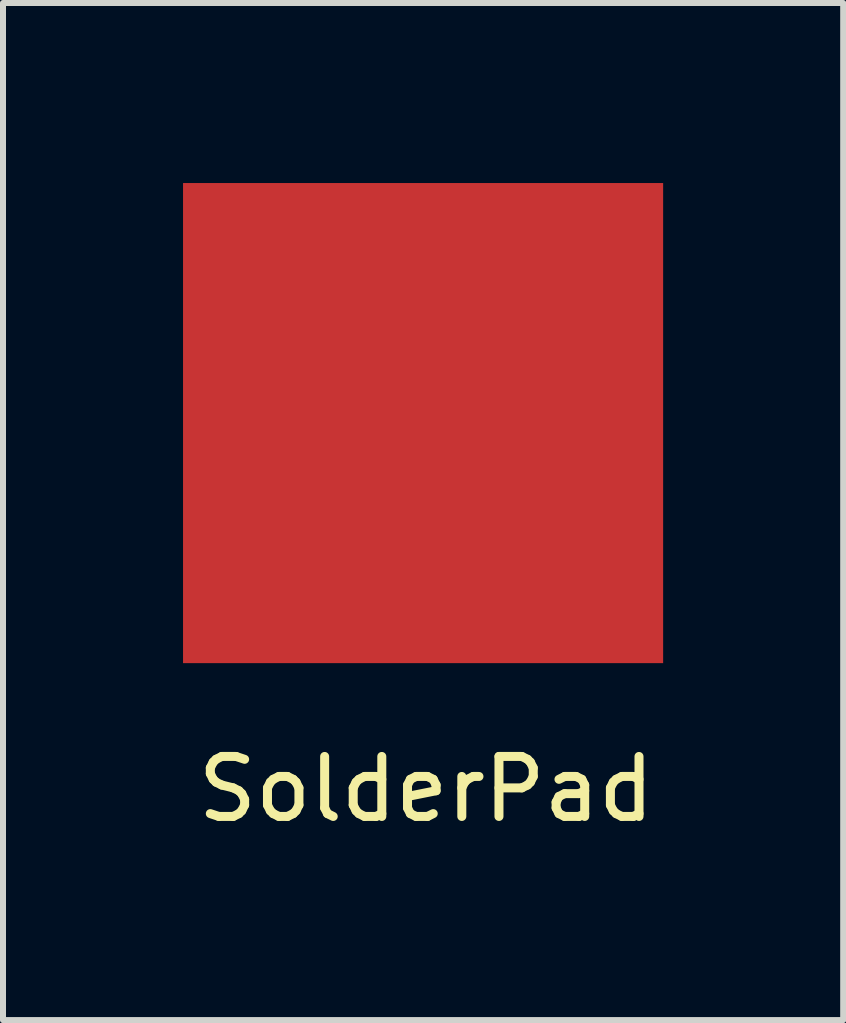
<source format=kicad_pcb>
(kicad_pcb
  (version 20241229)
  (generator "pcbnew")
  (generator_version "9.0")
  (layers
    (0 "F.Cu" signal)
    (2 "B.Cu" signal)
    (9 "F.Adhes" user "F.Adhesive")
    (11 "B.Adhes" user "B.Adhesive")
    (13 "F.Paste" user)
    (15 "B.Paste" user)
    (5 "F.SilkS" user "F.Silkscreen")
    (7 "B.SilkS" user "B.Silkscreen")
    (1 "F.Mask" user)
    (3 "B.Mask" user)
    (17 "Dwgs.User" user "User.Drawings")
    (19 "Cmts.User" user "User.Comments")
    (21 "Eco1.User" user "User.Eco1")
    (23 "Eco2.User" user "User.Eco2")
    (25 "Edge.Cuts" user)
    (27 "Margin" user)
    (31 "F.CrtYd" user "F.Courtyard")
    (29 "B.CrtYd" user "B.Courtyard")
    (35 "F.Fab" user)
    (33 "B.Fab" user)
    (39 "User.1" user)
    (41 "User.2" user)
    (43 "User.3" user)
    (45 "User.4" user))
  (footprint "SolderPad"
    (layer "F.Cu")
    (at 4 4)
    (property "Reference" "SolderPad" (at 0.05 6.1 0) (layer "F.SilkS") (effects (font (size 1 1) (thickness 0.15))))
    (attr through_hole)
    (pad "1" smd rect (at 0 0) (size 8 8) (layers "F.Cu" "F.Mask" "F.Paste")))
  (gr_rect
    (start -3 -3)
    (end 11 13.948)
    (stroke (width 0.1) (type default))
    (fill no)
    (layer "Edge.Cuts")))
</source>
